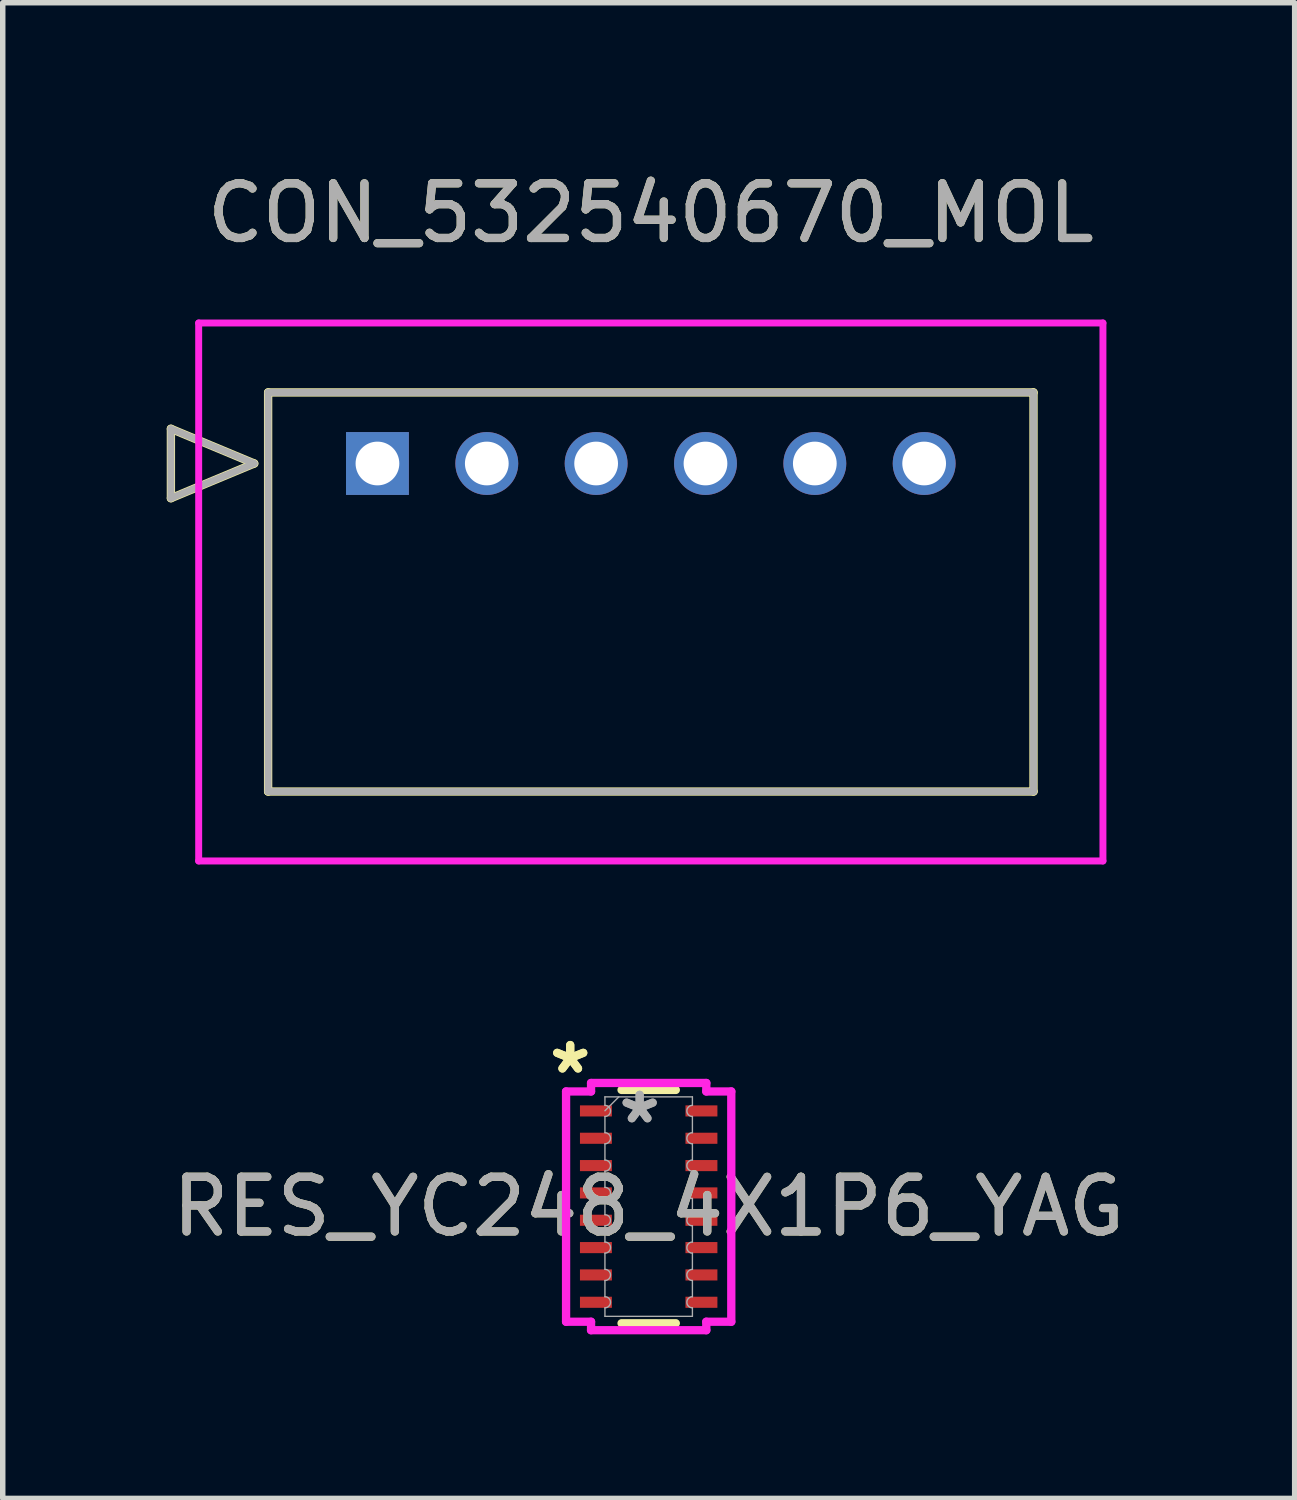
<source format=kicad_pcb>
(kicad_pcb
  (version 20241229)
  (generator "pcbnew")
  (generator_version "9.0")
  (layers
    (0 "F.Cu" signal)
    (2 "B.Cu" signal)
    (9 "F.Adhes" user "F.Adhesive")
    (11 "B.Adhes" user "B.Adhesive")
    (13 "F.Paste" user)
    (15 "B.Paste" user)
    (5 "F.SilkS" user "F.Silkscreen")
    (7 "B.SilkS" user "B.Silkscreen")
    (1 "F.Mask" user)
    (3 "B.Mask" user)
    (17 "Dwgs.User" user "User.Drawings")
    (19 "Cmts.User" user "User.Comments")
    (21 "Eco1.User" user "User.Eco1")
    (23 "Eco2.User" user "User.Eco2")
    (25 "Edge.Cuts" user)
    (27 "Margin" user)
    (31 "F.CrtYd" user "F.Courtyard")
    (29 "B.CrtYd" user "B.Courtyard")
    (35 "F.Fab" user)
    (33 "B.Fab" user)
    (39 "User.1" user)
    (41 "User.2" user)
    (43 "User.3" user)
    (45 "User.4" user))
  (footprint "CON_532540670_MOL"
    (layer "F.Cu")
    (at 3.854 5.428)
    (property "Reference" "CON_532540670_MOL" (at 5 -4.58 0) (layer "F.SilkS") (effects (font (size 1 1) (thickness 0.15))))
    (attr through_hole)
    (fp_line (start -3.778 -0.635) (end -3.778 0.635) (stroke (width 0.152) (type solid)) (layer "F.SilkS"))
    (fp_line (start -3.778 0.635) (end -2.254 0) (stroke (width 0.152) (type solid)) (layer "F.SilkS"))
    (fp_line (start -2.254 0) (end -3.778 -0.635) (stroke (width 0.152) (type solid)) (layer "F.SilkS"))
    (fp_line (start -2 -1.3) (end 12 -1.3) (stroke (width 0.152) (type solid)) (layer "F.SilkS"))
    (fp_line (start -2 6) (end -2 -1.3) (stroke (width 0.152) (type solid)) (layer "F.SilkS"))
    (fp_line (start 12 -1.3) (end 12 6) (stroke (width 0.152) (type solid)) (layer "F.SilkS"))
    (fp_line (start 12 6) (end -2 6) (stroke (width 0.152) (type solid)) (layer "F.SilkS"))
    (fp_line (start -3.27 -2.57) (end 13.27 -2.57) (stroke (width 0.127) (type solid)) (layer "F.CrtYd"))
    (fp_line (start -3.27 7.27) (end -3.27 -2.57) (stroke (width 0.127) (type solid)) (layer "F.CrtYd"))
    (fp_line (start 13.27 -2.57) (end 13.27 7.27) (stroke (width 0.127) (type solid)) (layer "F.CrtYd"))
    (fp_line (start 13.27 7.27) (end -3.27 7.27) (stroke (width 0.127) (type solid)) (layer "F.CrtYd"))
    (fp_line (start -3.778 -0.635) (end -3.778 0.635) (stroke (width 0.127) (type solid)) (layer "F.Fab"))
    (fp_line (start -3.778 0.635) (end -2.254 0) (stroke (width 0.127) (type solid)) (layer "F.Fab"))
    (fp_line (start -2.254 0) (end -3.778 -0.635) (stroke (width 0.127) (type solid)) (layer "F.Fab"))
    (fp_line (start -2 -1.3) (end 12 -1.3) (stroke (width 0.127) (type solid)) (layer "F.Fab"))
    (fp_line (start -2 6) (end -2 -1.3) (stroke (width 0.127) (type solid)) (layer "F.Fab"))
    (fp_line (start 12 -1.3) (end 12 6) (stroke (width 0.127) (type solid)) (layer "F.Fab"))
    (fp_line (start 12 6) (end -2 6) (stroke (width 0.127) (type solid)) (layer "F.Fab"))
    (fp_text user "${REFERENCE}" (at 5 -4.58 0) (unlocked yes) (layer "F.Fab") (effects (font (size 1 1) (thickness 0.15))))
    (pad "1" thru_hole rect (at 0 0) (size 1.15 1.15) (drill 0.8) (layers "*.Cu" "*.Mask"))
    (pad "2" thru_hole circle (at 2 0) (size 1.15 1.15) (drill 0.8) (layers "*.Cu" "*.Mask"))
    (pad "3" thru_hole circle (at 4 0) (size 1.15 1.15) (drill 0.8) (layers "*.Cu" "*.Mask"))
    (pad "4" thru_hole circle (at 6 0) (size 1.15 1.15) (drill 0.8) (layers "*.Cu" "*.Mask"))
    (pad "5" thru_hole circle (at 8 0) (size 1.15 1.15) (drill 0.8) (layers "*.Cu" "*.Mask"))
    (pad "6" thru_hole circle (at 10 0) (size 1.15 1.15) (drill 0.8) (layers "*.Cu" "*.Mask")))
  (footprint "RES_YC248_4X1P6_YAG"
    (layer "F.Cu")
    (at 8.815 19.02)
    (property "Reference" "RES_YC248_4X1P6_YAG" (at 0 0 0) (unlocked yes) (layer "F.SilkS") (effects (font (size 1 1) (thickness 0.15))))
    (attr smd)
    (fp_line (start -0.496 -2.134) (end 0.496 -2.134) (stroke (width 0.152) (type solid)) (layer "F.SilkS"))
    (fp_line (start -0.496 2.134) (end 0.496 2.134) (stroke (width 0.152) (type solid)) (layer "F.SilkS"))
    (fp_line (start -1.511 -2.106) (end -1.054 -2.106) (stroke (width 0.152) (type solid)) (layer "F.CrtYd"))
    (fp_line (start -1.511 2.106) (end -1.511 -2.106) (stroke (width 0.152) (type solid)) (layer "F.CrtYd"))
    (fp_line (start -1.511 2.106) (end -1.054 2.106) (stroke (width 0.152) (type solid)) (layer "F.CrtYd"))
    (fp_line (start -1.054 -2.261) (end 1.054 -2.261) (stroke (width 0.152) (type solid)) (layer "F.CrtYd"))
    (fp_line (start -1.054 -2.106) (end -1.054 -2.261) (stroke (width 0.152) (type solid)) (layer "F.CrtYd"))
    (fp_line (start -1.054 2.261) (end -1.054 2.106) (stroke (width 0.152) (type solid)) (layer "F.CrtYd"))
    (fp_line (start 1.054 -2.261) (end 1.054 -2.106) (stroke (width 0.152) (type solid)) (layer "F.CrtYd"))
    (fp_line (start 1.054 2.106) (end 1.054 2.261) (stroke (width 0.152) (type solid)) (layer "F.CrtYd"))
    (fp_line (start 1.054 2.261) (end -1.054 2.261) (stroke (width 0.152) (type solid)) (layer "F.CrtYd"))
    (fp_line (start 1.511 -2.106) (end 1.054 -2.106) (stroke (width 0.152) (type solid)) (layer "F.CrtYd"))
    (fp_line (start 1.511 -2.106) (end 1.511 2.106) (stroke (width 0.152) (type solid)) (layer "F.CrtYd"))
    (fp_line (start 1.511 2.106) (end 1.054 2.106) (stroke (width 0.152) (type solid)) (layer "F.CrtYd"))
    (fp_line (start -0.8 -2.007) (end 0.8 -2.007) (stroke (width 0.025) (type solid)) (layer "F.Fab"))
    (fp_line (start -0.8 -1.852) (end -0.8 -2.007) (stroke (width 0.025) (type solid)) (layer "F.Fab"))
    (fp_line (start -0.8 -1.648) (end -0.8 -1.352) (stroke (width 0.025) (type solid)) (layer "F.Fab"))
    (fp_line (start -0.8 -1.148) (end -0.8 -0.852) (stroke (width 0.025) (type solid)) (layer "F.Fab"))
    (fp_line (start -0.8 -0.648) (end -0.8 -0.352) (stroke (width 0.025) (type solid)) (layer "F.Fab"))
    (fp_line (start -0.8 -0.148) (end -0.8 0.148) (stroke (width 0.025) (type solid)) (layer "F.Fab"))
    (fp_line (start -0.8 0.352) (end -0.8 0.648) (stroke (width 0.025) (type solid)) (layer "F.Fab"))
    (fp_line (start -0.8 0.852) (end -0.8 1.148) (stroke (width 0.025) (type solid)) (layer "F.Fab"))
    (fp_line (start -0.8 1.352) (end -0.8 1.648) (stroke (width 0.025) (type solid)) (layer "F.Fab"))
    (fp_line (start -0.8 1.852) (end -0.8 2.007) (stroke (width 0.025) (type solid)) (layer "F.Fab"))
    (fp_line (start -0.8 2.007) (end 0.8 2.007) (stroke (width 0.025) (type solid)) (layer "F.Fab"))
    (fp_line (start -0.546 -2.007) (end -0.8 -1.753) (stroke (width 0.025) (type solid)) (layer "F.Fab"))
    (fp_line (start 0.8 -1.852) (end 0.8 -2.007) (stroke (width 0.025) (type solid)) (layer "F.Fab"))
    (fp_line (start 0.8 -1.648) (end 0.8 -1.352) (stroke (width 0.025) (type solid)) (layer "F.Fab"))
    (fp_line (start 0.8 -1.148) (end 0.8 -0.852) (stroke (width 0.025) (type solid)) (layer "F.Fab"))
    (fp_line (start 0.8 -0.648) (end 0.8 -0.352) (stroke (width 0.025) (type solid)) (layer "F.Fab"))
    (fp_line (start 0.8 -0.148) (end 0.8 0.148) (stroke (width 0.025) (type solid)) (layer "F.Fab"))
    (fp_line (start 0.8 0.352) (end 0.8 0.648) (stroke (width 0.025) (type solid)) (layer "F.Fab"))
    (fp_line (start 0.8 0.852) (end 0.8 1.148) (stroke (width 0.025) (type solid)) (layer "F.Fab"))
    (fp_line (start 0.8 1.352) (end 0.8 1.648) (stroke (width 0.025) (type solid)) (layer "F.Fab"))
    (fp_line (start 0.8 1.852) (end 0.8 2.007) (stroke (width 0.025) (type solid)) (layer "F.Fab"))
    (fp_arc (start -0.8001 -1.851599) (mid -0.6985 -1.749999) (end -0.8001 -1.648399) (stroke (width 0.0254) (type solid)) (layer "F.Fab"))
    (fp_arc (start -0.8001 -1.3516) (mid -0.6985 -1.25) (end -0.8001 -1.1484) (stroke (width 0.0254) (type solid)) (layer "F.Fab"))
    (fp_arc (start -0.8001 -0.851601) (mid -0.6985 -0.750001) (end -0.8001 -0.648401) (stroke (width 0.0254) (type solid)) (layer "F.Fab"))
    (fp_arc (start -0.8001 -0.351599) (mid -0.6985 -0.25) (end -0.8001 -0.1484) (stroke (width 0.0254) (type solid)) (layer "F.Fab"))
    (fp_arc (start -0.8001 0.1484) (mid -0.6985 0.249999) (end -0.8001 0.351599) (stroke (width 0.0254) (type solid)) (layer "F.Fab"))
    (fp_arc (start -0.8001 0.648401) (mid -0.6985 0.750001) (end -0.8001 0.851601) (stroke (width 0.0254) (type solid)) (layer "F.Fab"))
    (fp_arc (start -0.8001 1.1484) (mid -0.6985 1.25) (end -0.8001 1.3516) (stroke (width 0.0254) (type solid)) (layer "F.Fab"))
    (fp_arc (start -0.8001 1.648399) (mid -0.6985 1.749999) (end -0.8001 1.851599) (stroke (width 0.0254) (type solid)) (layer "F.Fab"))
    (fp_arc (start 0.8001 -1.648399) (mid 0.6985 -1.749999) (end 0.8001 -1.851599) (stroke (width 0.0254) (type solid)) (layer "F.Fab"))
    (fp_arc (start 0.8001 -1.1484) (mid 0.6985 -1.25) (end 0.8001 -1.3516) (stroke (width 0.0254) (type solid)) (layer "F.Fab"))
    (fp_arc (start 0.8001 -0.648401) (mid 0.6985 -0.750001) (end 0.8001 -0.851601) (stroke (width 0.0254) (type solid)) (layer "F.Fab"))
    (fp_arc (start 0.8001 -0.1484) (mid 0.6985 -0.249999) (end 0.8001 -0.351599) (stroke (width 0.0254) (type solid)) (layer "F.Fab"))
    (fp_arc (start 0.8001 0.351599) (mid 0.6985 0.25) (end 0.8001 0.1484) (stroke (width 0.0254) (type solid)) (layer "F.Fab"))
    (fp_arc (start 0.8001 0.851601) (mid 0.6985 0.750001) (end 0.8001 0.648401) (stroke (width 0.0254) (type solid)) (layer "F.Fab"))
    (fp_arc (start 0.8001 1.3516) (mid 0.6985 1.25) (end 0.8001 1.1484) (stroke (width 0.0254) (type solid)) (layer "F.Fab"))
    (fp_arc (start 0.8001 1.851599) (mid 0.6985 1.749999) (end 0.8001 1.648399) (stroke (width 0.0254) (type solid)) (layer "F.Fab"))
    (fp_text user "*" (at -1.435 -2.41 0) (unlocked yes) (layer "F.SilkS") (effects (font (size 1 1) (thickness 0.15))))
    (fp_text user "*" (at -1.435 -2.41 0) (layer "F.SilkS") (effects (font (size 1 1) (thickness 0.15))))
    (fp_text user "${REFERENCE}" (at 0 0 0) (unlocked yes) (layer "F.Fab") (effects (font (size 1 1) (thickness 0.15))))
    (fp_text user "*" (at -0.165 -1.499 0) (unlocked yes) (layer "F.Fab") (effects (font (size 1 1) (thickness 0.15))))
    (fp_text user "*" (at -0.165 -1.499 0) (layer "F.Fab") (effects (font (size 1 1) (thickness 0.15))))
    (pad "1" smd rect (at -0.965 -1.75) (size 0.584 0.203) (layers "F.Cu" "F.Mask" "F.Paste"))
    (pad "2" smd rect (at -0.965 -1.25) (size 0.584 0.203) (layers "F.Cu" "F.Mask" "F.Paste"))
    (pad "3" smd rect (at -0.965 -0.75) (size 0.584 0.203) (layers "F.Cu" "F.Mask" "F.Paste"))
    (pad "4" smd rect (at -0.965 -0.25) (size 0.584 0.203) (layers "F.Cu" "F.Mask" "F.Paste"))
    (pad "5" smd rect (at -0.965 0.25) (size 0.584 0.203) (layers "F.Cu" "F.Mask" "F.Paste"))
    (pad "6" smd rect (at -0.965 0.75) (size 0.584 0.203) (layers "F.Cu" "F.Mask" "F.Paste"))
    (pad "7" smd rect (at -0.965 1.25) (size 0.584 0.203) (layers "F.Cu" "F.Mask" "F.Paste"))
    (pad "8" smd rect (at -0.965 1.75) (size 0.584 0.203) (layers "F.Cu" "F.Mask" "F.Paste"))
    (pad "9" smd rect (at 0.965 1.75) (size 0.584 0.203) (layers "F.Cu" "F.Mask" "F.Paste"))
    (pad "10" smd rect (at 0.965 1.25) (size 0.584 0.203) (layers "F.Cu" "F.Mask" "F.Paste"))
    (pad "11" smd rect (at 0.965 0.75) (size 0.584 0.203) (layers "F.Cu" "F.Mask" "F.Paste"))
    (pad "12" smd rect (at 0.965 0.25) (size 0.584 0.203) (layers "F.Cu" "F.Mask" "F.Paste"))
    (pad "13" smd rect (at 0.965 -0.25) (size 0.584 0.203) (layers "F.Cu" "F.Mask" "F.Paste"))
    (pad "14" smd rect (at 0.965 -0.75) (size 0.584 0.203) (layers "F.Cu" "F.Mask" "F.Paste"))
    (pad "15" smd rect (at 0.965 -1.25) (size 0.584 0.203) (layers "F.Cu" "F.Mask" "F.Paste"))
    (pad "16" smd rect (at 0.965 -1.75) (size 0.584 0.203) (layers "F.Cu" "F.Mask" "F.Paste")))
  (gr_rect
    (start -3 -3)
    (end 20.631 24.357)
    (stroke (width 0.1) (type default))
    (fill no)
    (layer "Edge.Cuts")))
</source>
